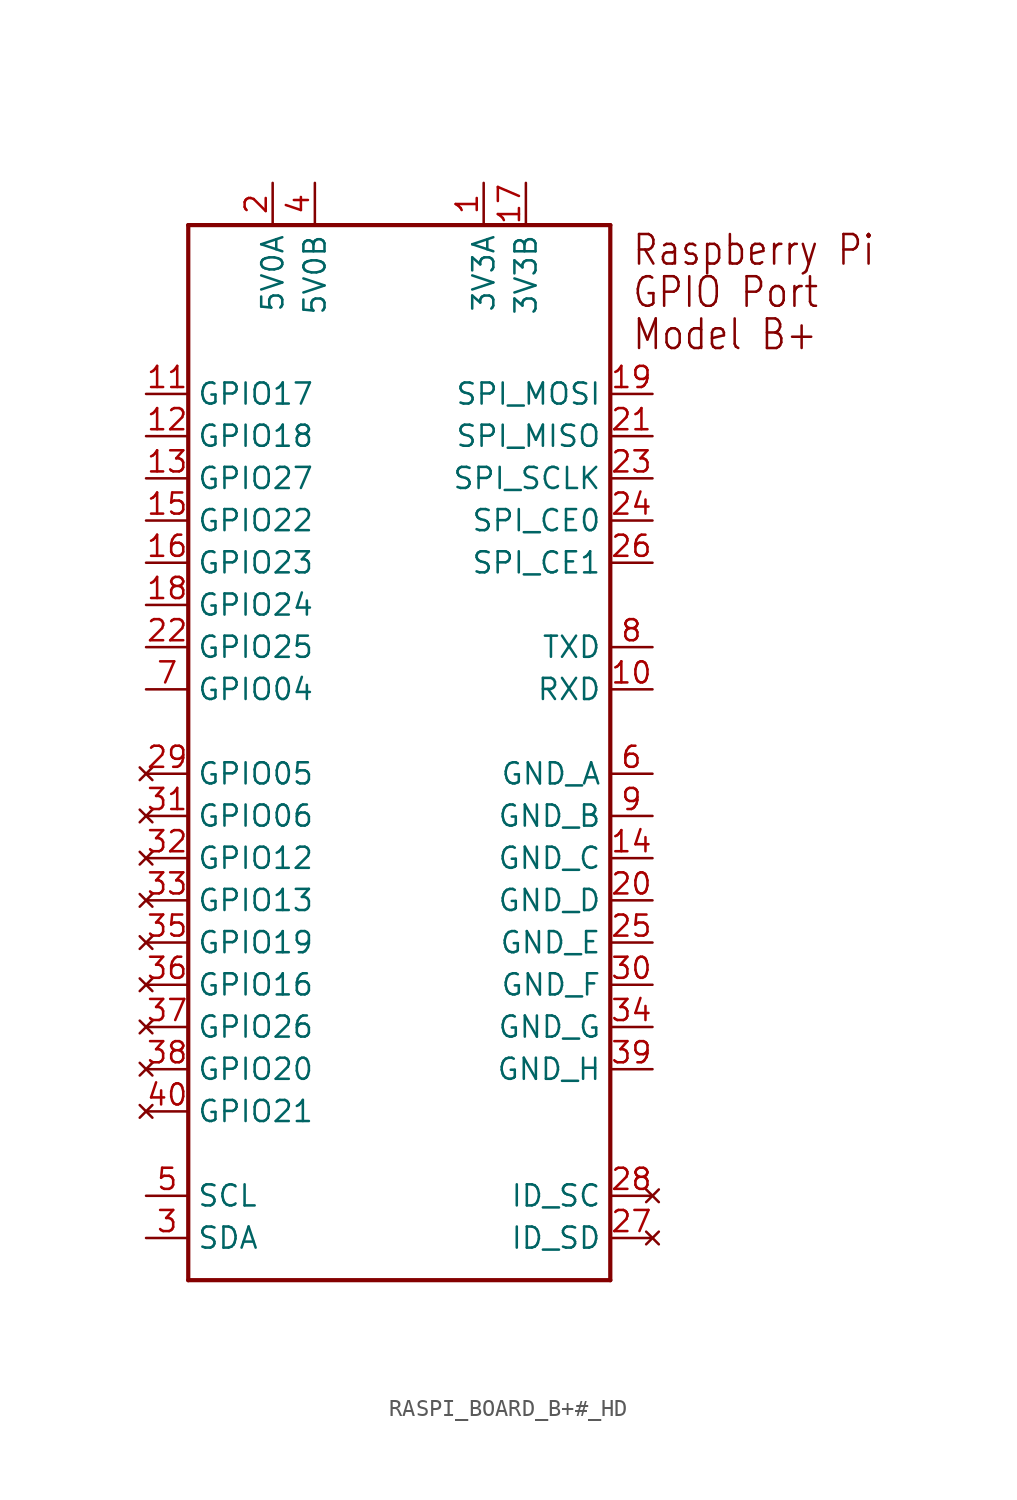
<source format=kicad_sym>
(kicad_symbol_lib
  (version 20220914)
  (generator kicad_symbol_editor)
  (symbol "RASPI_BOARD_B+#_HD"
    (property "Reference" "X"
      (at 0 0 0)
      (effects (font (size 1.27 1.27)) hide))
    (property "ki_locked" ""
      (at 0 0 0)
      (effects (font (size 1.27 1.27))))
    (symbol "RASPI_BOARD_B+#_HD_1_0"
      (polyline (pts (xy -12.7 -38.1) (xy -12.7 25.4)) (stroke (width 0.254) (type solid)) (fill (type none)))
      (polyline (pts (xy -12.7 25.4) (xy 12.7 25.4)) (stroke (width 0.254) (type solid)) (fill (type none)))
      (polyline (pts (xy 12.7 -38.1) (xy -12.7 -38.1)) (stroke (width 0.254) (type solid)) (fill (type none)))
      (polyline (pts (xy 12.7 25.4) (xy 12.7 -38.1)) (stroke (width 0.254) (type solid)) (fill (type none)))
      (text "GPIO Port" (at 13.97 20.32 0) (effects (font (size 1.778 1.511)) (justify left bottom)))
      (text "Model B+" (at 13.97 17.78 0) (effects (font (size 1.778 1.511)) (justify left bottom)))
      (text "Raspberry Pi" (at 13.97 22.86 0) (effects (font (size 1.778 1.511)) (justify left bottom)))
      (pin power_in line (at 5.08 27.94 270) (length 2.54) (name "3V3A" (effects (font (size 1.27 1.27)))) (number "1" (effects (font (size 1.27 1.27)))))
      (pin bidirectional line (at 15.24 -2.54 180) (length 2.54) (name "RXD" (effects (font (size 1.27 1.27)))) (number "10" (effects (font (size 1.27 1.27)))))
      (pin bidirectional line (at -15.24 15.24 0) (length 2.54) (name "GPIO17" (effects (font (size 1.27 1.27)))) (number "11" (effects (font (size 1.27 1.27)))))
      (pin bidirectional line (at -15.24 12.7 0) (length 2.54) (name "GPIO18" (effects (font (size 1.27 1.27)))) (number "12" (effects (font (size 1.27 1.27)))))
      (pin bidirectional line (at -15.24 10.16 0) (length 2.54) (name "GPIO27" (effects (font (size 1.27 1.27)))) (number "13" (effects (font (size 1.27 1.27)))))
      (pin power_in line (at 15.24 -12.7 180) (length 2.54) (name "GND_C" (effects (font (size 1.27 1.27)))) (number "14" (effects (font (size 1.27 1.27)))))
      (pin bidirectional line (at -15.24 7.62 0) (length 2.54) (name "GPIO22" (effects (font (size 1.27 1.27)))) (number "15" (effects (font (size 1.27 1.27)))))
      (pin bidirectional line (at -15.24 5.08 0) (length 2.54) (name "GPIO23" (effects (font (size 1.27 1.27)))) (number "16" (effects (font (size 1.27 1.27)))))
      (pin power_in line (at 7.62 27.94 270) (length 2.54) (name "3V3B" (effects (font (size 1.27 1.27)))) (number "17" (effects (font (size 1.27 1.27)))))
      (pin bidirectional line (at -15.24 2.54 0) (length 2.54) (name "GPIO24" (effects (font (size 1.27 1.27)))) (number "18" (effects (font (size 1.27 1.27)))))
      (pin bidirectional line (at 15.24 15.24 180) (length 2.54) (name "SPI_MOSI" (effects (font (size 1.27 1.27)))) (number "19" (effects (font (size 1.27 1.27)))))
      (pin power_in line (at -7.62 27.94 270) (length 2.54) (name "5V0A" (effects (font (size 1.27 1.27)))) (number "2" (effects (font (size 1.27 1.27)))))
      (pin power_in line (at 15.24 -15.24 180) (length 2.54) (name "GND_D" (effects (font (size 1.27 1.27)))) (number "20" (effects (font (size 1.27 1.27)))))
      (pin bidirectional line (at 15.24 12.7 180) (length 2.54) (name "SPI_MISO" (effects (font (size 1.27 1.27)))) (number "21" (effects (font (size 1.27 1.27)))))
      (pin bidirectional line (at -15.24 0 0) (length 2.54) (name "GPIO25" (effects (font (size 1.27 1.27)))) (number "22" (effects (font (size 1.27 1.27)))))
      (pin bidirectional line (at 15.24 10.16 180) (length 2.54) (name "SPI_SCLK" (effects (font (size 1.27 1.27)))) (number "23" (effects (font (size 1.27 1.27)))))
      (pin bidirectional line (at 15.24 7.62 180) (length 2.54) (name "SPI_CE0" (effects (font (size 1.27 1.27)))) (number "24" (effects (font (size 1.27 1.27)))))
      (pin power_in line (at 15.24 -17.78 180) (length 2.54) (name "GND_E" (effects (font (size 1.27 1.27)))) (number "25" (effects (font (size 1.27 1.27)))))
      (pin bidirectional line (at 15.24 5.08 180) (length 2.54) (name "SPI_CE1" (effects (font (size 1.27 1.27)))) (number "26" (effects (font (size 1.27 1.27)))))
      (pin no_connect line (at 15.24 -35.56 180) (length 2.54) (name "ID_SD" (effects (font (size 1.27 1.27)))) (number "27" (effects (font (size 1.27 1.27)))))
      (pin no_connect line (at 15.24 -33.02 180) (length 2.54) (name "ID_SC" (effects (font (size 1.27 1.27)))) (number "28" (effects (font (size 1.27 1.27)))))
      (pin no_connect line (at -15.24 -7.62 0) (length 2.54) (name "GPIO05" (effects (font (size 1.27 1.27)))) (number "29" (effects (font (size 1.27 1.27)))))
      (pin bidirectional line (at -15.24 -35.56 0) (length 2.54) (name "SDA" (effects (font (size 1.27 1.27)))) (number "3" (effects (font (size 1.27 1.27)))))
      (pin power_in line (at 15.24 -20.32 180) (length 2.54) (name "GND_F" (effects (font (size 1.27 1.27)))) (number "30" (effects (font (size 1.27 1.27)))))
      (pin no_connect line (at -15.24 -10.16 0) (length 2.54) (name "GPIO06" (effects (font (size 1.27 1.27)))) (number "31" (effects (font (size 1.27 1.27)))))
      (pin no_connect line (at -15.24 -12.7 0) (length 2.54) (name "GPIO12" (effects (font (size 1.27 1.27)))) (number "32" (effects (font (size 1.27 1.27)))))
      (pin no_connect line (at -15.24 -15.24 0) (length 2.54) (name "GPIO13" (effects (font (size 1.27 1.27)))) (number "33" (effects (font (size 1.27 1.27)))))
      (pin power_in line (at 15.24 -22.86 180) (length 2.54) (name "GND_G" (effects (font (size 1.27 1.27)))) (number "34" (effects (font (size 1.27 1.27)))))
      (pin no_connect line (at -15.24 -17.78 0) (length 2.54) (name "GPIO19" (effects (font (size 1.27 1.27)))) (number "35" (effects (font (size 1.27 1.27)))))
      (pin no_connect line (at -15.24 -20.32 0) (length 2.54) (name "GPIO16" (effects (font (size 1.27 1.27)))) (number "36" (effects (font (size 1.27 1.27)))))
      (pin no_connect line (at -15.24 -22.86 0) (length 2.54) (name "GPIO26" (effects (font (size 1.27 1.27)))) (number "37" (effects (font (size 1.27 1.27)))))
      (pin no_connect line (at -15.24 -25.4 0) (length 2.54) (name "GPIO20" (effects (font (size 1.27 1.27)))) (number "38" (effects (font (size 1.27 1.27)))))
      (pin power_in line (at 15.24 -25.4 180) (length 2.54) (name "GND_H" (effects (font (size 1.27 1.27)))) (number "39" (effects (font (size 1.27 1.27)))))
      (pin power_in line (at -5.08 27.94 270) (length 2.54) (name "5V0B" (effects (font (size 1.27 1.27)))) (number "4" (effects (font (size 1.27 1.27)))))
      (pin no_connect line (at -15.24 -27.94 0) (length 2.54) (name "GPIO21" (effects (font (size 1.27 1.27)))) (number "40" (effects (font (size 1.27 1.27)))))
      (pin bidirectional line (at -15.24 -33.02 0) (length 2.54) (name "SCL" (effects (font (size 1.27 1.27)))) (number "5" (effects (font (size 1.27 1.27)))))
      (pin power_in line (at 15.24 -7.62 180) (length 2.54) (name "GND_A" (effects (font (size 1.27 1.27)))) (number "6" (effects (font (size 1.27 1.27)))))
      (pin bidirectional line (at -15.24 -2.54 0) (length 2.54) (name "GPIO04" (effects (font (size 1.27 1.27)))) (number "7" (effects (font (size 1.27 1.27)))))
      (pin bidirectional line (at 15.24 0 180) (length 2.54) (name "TXD" (effects (font (size 1.27 1.27)))) (number "8" (effects (font (size 1.27 1.27)))))
      (pin power_in line (at 15.24 -10.16 180) (length 2.54) (name "GND_B" (effects (font (size 1.27 1.27)))) (number "9" (effects (font (size 1.27 1.27))))))))
</source>
